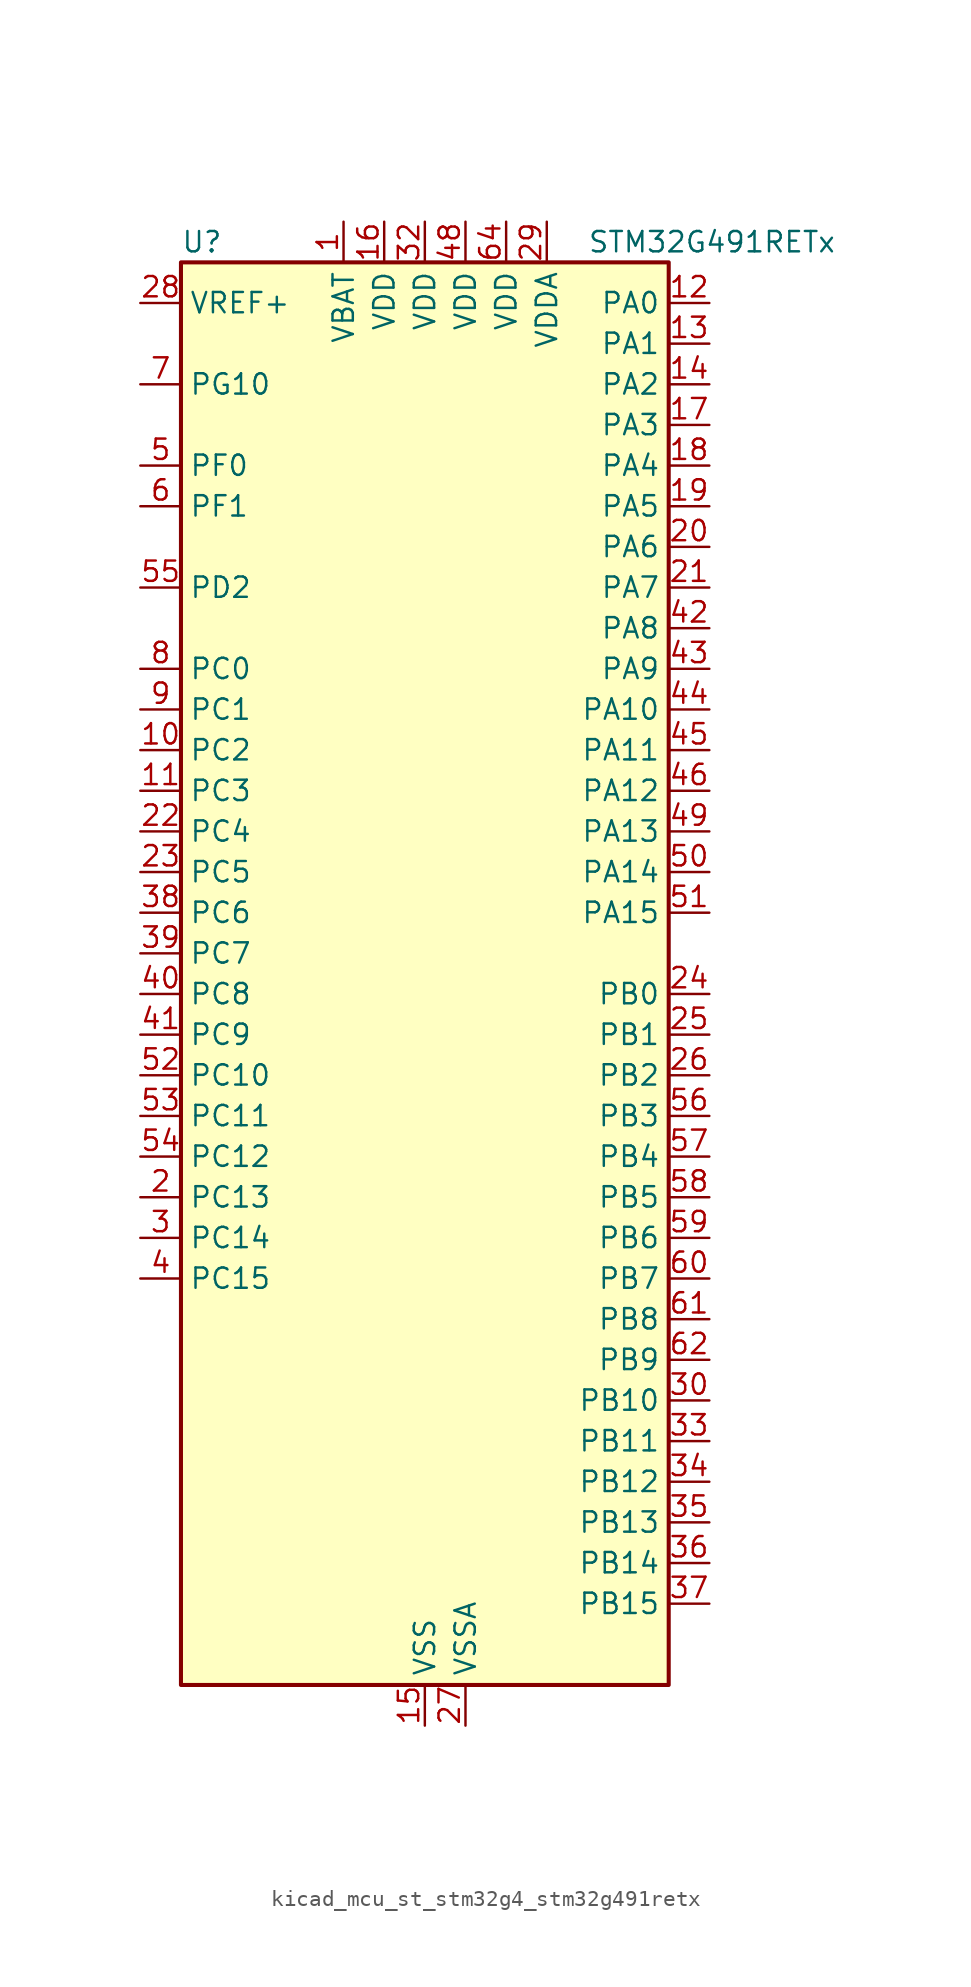
<source format=kicad_sym>
(kicad_symbol_lib
  (version 20220914)
  (generator kicad_symbol_editor)
  (symbol "kicad_mcu_st_stm32g4_stm32g491retx"
    (property "Reference" "U"
      (at -15.24 46.99 0)
      (effects (font (size 1.27 1.27)) (justify left)))
    (property "Value" "STM32G491RETx"
      (at 10.16 46.99 0)
      (effects (font (size 1.27 1.27)) (justify left)))
    (property "ki_locked" ""
      (at 0 0 0)
      (effects (font (size 1.27 1.27))))
    (symbol "kicad_mcu_st_stm32g4_stm32g491retx_0_1"
      (rectangle (start -15.24 -43.18) (end 15.24 45.72) (stroke (width 0.254) (type default)) (fill (type background))))
    (symbol "kicad_mcu_st_stm32g4_stm32g491retx_1_1"
      (pin power_in line (at -5.08 48.26 270) (length 2.54) (name "VBAT" (effects (font (size 1.27 1.27)))) (number "1" (effects (font (size 1.27 1.27)))))
      (pin bidirectional line (at -17.78 15.24 0) (length 2.54) (name "PC2" (effects (font (size 1.27 1.27)))) (number "10" (effects (font (size 1.27 1.27)))) (alternate "ADC1_IN8" bidirectional line) (alternate "ADC2_IN8" bidirectional line) (alternate "ADC3_EXTI2" bidirectional line) (alternate "COMP3_OUT" bidirectional line) (alternate "LPTIM1_IN2" bidirectional line) (alternate "QUADSPI1_BK2_IO1" bidirectional line) (alternate "TIM1_CH3" bidirectional line) (alternate "TIM20_CH2" bidirectional line))
      (pin bidirectional line (at -17.78 12.7 0) (length 2.54) (name "PC3" (effects (font (size 1.27 1.27)))) (number "11" (effects (font (size 1.27 1.27)))) (alternate "ADC1_IN9" bidirectional line) (alternate "ADC2_IN9" bidirectional line) (alternate "ADC3_EXTI3" bidirectional line) (alternate "LPTIM1_ETR" bidirectional line) (alternate "QUADSPI1_BK2_IO2" bidirectional line) (alternate "SAI1_D1" bidirectional line) (alternate "SAI1_SD_A" bidirectional line) (alternate "TIM1_BKIN2" bidirectional line) (alternate "TIM1_CH4" bidirectional line))
      (pin bidirectional line (at 17.78 43.18 180) (length 2.54) (name "PA0" (effects (font (size 1.27 1.27)))) (number "12" (effects (font (size 1.27 1.27)))) (alternate "ADC1_IN1" bidirectional line) (alternate "ADC2_IN1" bidirectional line) (alternate "COMP1_INM" bidirectional line) (alternate "COMP1_OUT" bidirectional line) (alternate "COMP3_INP" bidirectional line) (alternate "RTC_TAMP2" bidirectional line) (alternate "SYS_WKUP1" bidirectional line) (alternate "TIM2_CH1" bidirectional line) (alternate "TIM2_ETR" bidirectional line) (alternate "TIM8_BKIN" bidirectional line) (alternate "TIM8_ETR" bidirectional line) (alternate "USART2_CTS" bidirectional line) (alternate "USART2_NSS" bidirectional line))
      (pin bidirectional line (at 17.78 40.64 180) (length 2.54) (name "PA1" (effects (font (size 1.27 1.27)))) (number "13" (effects (font (size 1.27 1.27)))) (alternate "ADC1_IN2" bidirectional line) (alternate "ADC2_IN2" bidirectional line) (alternate "COMP1_INP" bidirectional line) (alternate "OPAMP1_VINP" bidirectional line) (alternate "OPAMP1_VINP_SEC" bidirectional line) (alternate "OPAMP3_VINP" bidirectional line) (alternate "OPAMP3_VINP_SEC" bidirectional line) (alternate "OPAMP6_VINM" bidirectional line) (alternate "OPAMP6_VINM0" bidirectional line) (alternate "OPAMP6_VINM_SEC" bidirectional line) (alternate "RTC_REFIN" bidirectional line) (alternate "TIM15_CH1N" bidirectional line) (alternate "TIM2_CH2" bidirectional line) (alternate "USART2_DE" bidirectional line) (alternate "USART2_RTS" bidirectional line))
      (pin bidirectional line (at 17.78 38.1 180) (length 2.54) (name "PA2" (effects (font (size 1.27 1.27)))) (number "14" (effects (font (size 1.27 1.27)))) (alternate "ADC1_IN3" bidirectional line) (alternate "ADC3_EXTI2" bidirectional line) (alternate "COMP2_INM" bidirectional line) (alternate "COMP2_OUT" bidirectional line) (alternate "LPUART1_TX" bidirectional line) (alternate "OPAMP1_VOUT" bidirectional line) (alternate "QUADSPI1_BK1_NCS" bidirectional line) (alternate "RCC_LSCO" bidirectional line) (alternate "SYS_WKUP4" bidirectional line) (alternate "TIM15_CH1" bidirectional line) (alternate "TIM2_CH3" bidirectional line) (alternate "UCPD1_FRSTX1" bidirectional line) (alternate "UCPD1_FRSTX2" bidirectional line) (alternate "USART2_TX" bidirectional line))
      (pin power_in line (at 0 -45.72 90) (length 2.54) (name "VSS" (effects (font (size 1.27 1.27)))) (number "15" (effects (font (size 1.27 1.27)))))
      (pin power_in line (at -2.54 48.26 270) (length 2.54) (name "VDD" (effects (font (size 1.27 1.27)))) (number "16" (effects (font (size 1.27 1.27)))))
      (pin bidirectional line (at 17.78 35.56 180) (length 2.54) (name "PA3" (effects (font (size 1.27 1.27)))) (number "17" (effects (font (size 1.27 1.27)))) (alternate "ADC1_IN4" bidirectional line) (alternate "ADC3_EXTI3" bidirectional line) (alternate "COMP2_INP" bidirectional line) (alternate "LPUART1_RX" bidirectional line) (alternate "OPAMP1_VINM" bidirectional line) (alternate "OPAMP1_VINM0" bidirectional line) (alternate "OPAMP1_VINM_SEC" bidirectional line) (alternate "OPAMP1_VINP" bidirectional line) (alternate "OPAMP1_VINP_SEC" bidirectional line) (alternate "QUADSPI1_CLK" bidirectional line) (alternate "SAI1_CK1" bidirectional line) (alternate "SAI1_MCLK_A" bidirectional line) (alternate "TIM15_CH2" bidirectional line) (alternate "TIM2_CH4" bidirectional line) (alternate "USART2_RX" bidirectional line))
      (pin bidirectional line (at 17.78 33.02 180) (length 2.54) (name "PA4" (effects (font (size 1.27 1.27)))) (number "18" (effects (font (size 1.27 1.27)))) (alternate "ADC2_IN17" bidirectional line) (alternate "COMP1_INM" bidirectional line) (alternate "DAC1_OUT1" bidirectional line) (alternate "I2S3_WS" bidirectional line) (alternate "SAI1_FS_B" bidirectional line) (alternate "SPI1_NSS" bidirectional line) (alternate "SPI3_NSS" bidirectional line) (alternate "TIM3_CH2" bidirectional line) (alternate "USART2_CK" bidirectional line))
      (pin bidirectional line (at 17.78 30.48 180) (length 2.54) (name "PA5" (effects (font (size 1.27 1.27)))) (number "19" (effects (font (size 1.27 1.27)))) (alternate "ADC2_IN13" bidirectional line) (alternate "COMP2_INM" bidirectional line) (alternate "DAC1_OUT2" bidirectional line) (alternate "OPAMP2_VINM" bidirectional line) (alternate "OPAMP2_VINM0" bidirectional line) (alternate "OPAMP2_VINM_SEC" bidirectional line) (alternate "SPI1_SCK" bidirectional line) (alternate "TIM2_CH1" bidirectional line) (alternate "TIM2_ETR" bidirectional line) (alternate "UCPD1_FRSTX1" bidirectional line) (alternate "UCPD1_FRSTX2" bidirectional line))
      (pin bidirectional line (at -17.78 -12.7 0) (length 2.54) (name "PC13" (effects (font (size 1.27 1.27)))) (number "2" (effects (font (size 1.27 1.27)))) (alternate "RTC_OUT1" bidirectional line) (alternate "RTC_TAMP1" bidirectional line) (alternate "RTC_TS" bidirectional line) (alternate "SYS_WKUP2" bidirectional line) (alternate "TIM1_BKIN" bidirectional line) (alternate "TIM1_CH1N" bidirectional line) (alternate "TIM8_CH4N" bidirectional line))
      (pin bidirectional line (at 17.78 27.94 180) (length 2.54) (name "PA6" (effects (font (size 1.27 1.27)))) (number "20" (effects (font (size 1.27 1.27)))) (alternate "ADC2_IN3" bidirectional line) (alternate "COMP1_OUT" bidirectional line) (alternate "LPUART1_CTS" bidirectional line) (alternate "OPAMP2_VOUT" bidirectional line) (alternate "QUADSPI1_BK1_IO3" bidirectional line) (alternate "SPI1_MISO" bidirectional line) (alternate "TIM16_CH1" bidirectional line) (alternate "TIM1_BKIN" bidirectional line) (alternate "TIM3_CH1" bidirectional line) (alternate "TIM8_BKIN" bidirectional line))
      (pin bidirectional line (at 17.78 25.4 180) (length 2.54) (name "PA7" (effects (font (size 1.27 1.27)))) (number "21" (effects (font (size 1.27 1.27)))) (alternate "ADC2_IN4" bidirectional line) (alternate "COMP2_INP" bidirectional line) (alternate "COMP2_OUT" bidirectional line) (alternate "OPAMP1_VINP" bidirectional line) (alternate "OPAMP1_VINP_SEC" bidirectional line) (alternate "OPAMP2_VINP" bidirectional line) (alternate "OPAMP2_VINP_SEC" bidirectional line) (alternate "QUADSPI1_BK1_IO2" bidirectional line) (alternate "SPI1_MOSI" bidirectional line) (alternate "TIM17_CH1" bidirectional line) (alternate "TIM1_CH1N" bidirectional line) (alternate "TIM3_CH2" bidirectional line) (alternate "TIM8_CH1N" bidirectional line) (alternate "UCPD1_FRSTX1" bidirectional line) (alternate "UCPD1_FRSTX2" bidirectional line))
      (pin bidirectional line (at -17.78 10.16 0) (length 2.54) (name "PC4" (effects (font (size 1.27 1.27)))) (number "22" (effects (font (size 1.27 1.27)))) (alternate "ADC2_IN5" bidirectional line) (alternate "I2C2_SCL" bidirectional line) (alternate "QUADSPI1_BK2_IO3" bidirectional line) (alternate "TIM1_ETR" bidirectional line) (alternate "USART1_TX" bidirectional line))
      (pin bidirectional line (at -17.78 7.62 0) (length 2.54) (name "PC5" (effects (font (size 1.27 1.27)))) (number "23" (effects (font (size 1.27 1.27)))) (alternate "ADC2_IN11" bidirectional line) (alternate "OPAMP1_VINM" bidirectional line) (alternate "OPAMP1_VINM1" bidirectional line) (alternate "OPAMP1_VINM_SEC" bidirectional line) (alternate "OPAMP2_VINM" bidirectional line) (alternate "OPAMP2_VINM1" bidirectional line) (alternate "OPAMP2_VINM_SEC" bidirectional line) (alternate "SAI1_D3" bidirectional line) (alternate "SYS_WKUP5" bidirectional line) (alternate "TIM15_BKIN" bidirectional line) (alternate "TIM1_CH4N" bidirectional line) (alternate "USART1_RX" bidirectional line))
      (pin bidirectional line (at 17.78 0 180) (length 2.54) (name "PB0" (effects (font (size 1.27 1.27)))) (number "24" (effects (font (size 1.27 1.27)))) (alternate "ADC1_IN15" bidirectional line) (alternate "ADC3_IN12" bidirectional line) (alternate "COMP4_INP" bidirectional line) (alternate "OPAMP2_VINP" bidirectional line) (alternate "OPAMP2_VINP_SEC" bidirectional line) (alternate "OPAMP3_VINP" bidirectional line) (alternate "OPAMP3_VINP_SEC" bidirectional line) (alternate "QUADSPI1_BK1_IO1" bidirectional line) (alternate "TIM1_CH2N" bidirectional line) (alternate "TIM3_CH3" bidirectional line) (alternate "TIM8_CH2N" bidirectional line) (alternate "UCPD1_FRSTX1" bidirectional line) (alternate "UCPD1_FRSTX2" bidirectional line))
      (pin bidirectional line (at 17.78 -2.54 180) (length 2.54) (name "PB1" (effects (font (size 1.27 1.27)))) (number "25" (effects (font (size 1.27 1.27)))) (alternate "ADC1_IN12" bidirectional line) (alternate "ADC3_IN1" bidirectional line) (alternate "COMP1_INP" bidirectional line) (alternate "COMP4_OUT" bidirectional line) (alternate "LPUART1_DE" bidirectional line) (alternate "LPUART1_RTS" bidirectional line) (alternate "OPAMP3_VOUT" bidirectional line) (alternate "OPAMP6_VINM" bidirectional line) (alternate "OPAMP6_VINM1" bidirectional line) (alternate "OPAMP6_VINM_SEC" bidirectional line) (alternate "QUADSPI1_BK1_IO0" bidirectional line) (alternate "TIM1_CH3N" bidirectional line) (alternate "TIM3_CH4" bidirectional line) (alternate "TIM8_CH3N" bidirectional line))
      (pin bidirectional line (at 17.78 -5.08 180) (length 2.54) (name "PB2" (effects (font (size 1.27 1.27)))) (number "26" (effects (font (size 1.27 1.27)))) (alternate "ADC2_IN12" bidirectional line) (alternate "ADC3_EXTI2" bidirectional line) (alternate "COMP4_INM" bidirectional line) (alternate "I2C3_SMBA" bidirectional line) (alternate "LPTIM1_OUT" bidirectional line) (alternate "OPAMP3_VINM" bidirectional line) (alternate "OPAMP3_VINM0" bidirectional line) (alternate "OPAMP3_VINM_SEC" bidirectional line) (alternate "QUADSPI1_BK2_IO1" bidirectional line) (alternate "RTC_OUT2" bidirectional line) (alternate "TIM20_CH1" bidirectional line))
      (pin power_in line (at 2.54 -45.72 90) (length 2.54) (name "VSSA" (effects (font (size 1.27 1.27)))) (number "27" (effects (font (size 1.27 1.27)))))
      (pin input line (at -17.78 43.18 0) (length 2.54) (name "VREF+" (effects (font (size 1.27 1.27)))) (number "28" (effects (font (size 1.27 1.27)))) (alternate "VREFBUF_OUT" bidirectional line))
      (pin power_in line (at 7.62 48.26 270) (length 2.54) (name "VDDA" (effects (font (size 1.27 1.27)))) (number "29" (effects (font (size 1.27 1.27)))))
      (pin bidirectional line (at -17.78 -15.24 0) (length 2.54) (name "PC14" (effects (font (size 1.27 1.27)))) (number "3" (effects (font (size 1.27 1.27)))) (alternate "RCC_OSC32_IN" bidirectional line))
      (pin bidirectional line (at 17.78 -25.4 180) (length 2.54) (name "PB10" (effects (font (size 1.27 1.27)))) (number "30" (effects (font (size 1.27 1.27)))) (alternate "DAC1_EXTI10" bidirectional line) (alternate "DAC3_EXTI10" bidirectional line) (alternate "LPUART1_RX" bidirectional line) (alternate "OPAMP3_VINM" bidirectional line) (alternate "OPAMP3_VINM1" bidirectional line) (alternate "OPAMP3_VINM_SEC" bidirectional line) (alternate "QUADSPI1_CLK" bidirectional line) (alternate "SAI1_SCK_A" bidirectional line) (alternate "TIM1_BKIN" bidirectional line) (alternate "TIM2_CH3" bidirectional line) (alternate "USART3_TX" bidirectional line))
      (pin passive line (at 0 -45.72 90) (length 2.54) hide (name "VSS" (effects (font (size 1.27 1.27)))) (number "31" (effects (font (size 1.27 1.27)))))
      (pin power_in line (at 0 48.26 270) (length 2.54) (name "VDD" (effects (font (size 1.27 1.27)))) (number "32" (effects (font (size 1.27 1.27)))))
      (pin bidirectional line (at 17.78 -27.94 180) (length 2.54) (name "PB11" (effects (font (size 1.27 1.27)))) (number "33" (effects (font (size 1.27 1.27)))) (alternate "ADC1_EXTI11" bidirectional line) (alternate "ADC1_IN14" bidirectional line) (alternate "ADC2_EXTI11" bidirectional line) (alternate "ADC2_IN14" bidirectional line) (alternate "LPUART1_TX" bidirectional line) (alternate "OPAMP6_VOUT" bidirectional line) (alternate "QUADSPI1_BK1_NCS" bidirectional line) (alternate "TIM2_CH4" bidirectional line) (alternate "USART3_RX" bidirectional line))
      (pin bidirectional line (at 17.78 -30.48 180) (length 2.54) (name "PB12" (effects (font (size 1.27 1.27)))) (number "34" (effects (font (size 1.27 1.27)))) (alternate "ADC1_IN11" bidirectional line) (alternate "FDCAN2_RX" bidirectional line) (alternate "I2C2_SMBA" bidirectional line) (alternate "I2S2_WS" bidirectional line) (alternate "LPUART1_DE" bidirectional line) (alternate "LPUART1_RTS" bidirectional line) (alternate "OPAMP6_VINP" bidirectional line) (alternate "OPAMP6_VINP_SEC" bidirectional line) (alternate "SPI2_NSS" bidirectional line) (alternate "TIM1_BKIN" bidirectional line) (alternate "USART3_CK" bidirectional line))
      (pin bidirectional line (at 17.78 -33.02 180) (length 2.54) (name "PB13" (effects (font (size 1.27 1.27)))) (number "35" (effects (font (size 1.27 1.27)))) (alternate "ADC3_IN5" bidirectional line) (alternate "FDCAN2_TX" bidirectional line) (alternate "I2S2_CK" bidirectional line) (alternate "LPUART1_CTS" bidirectional line) (alternate "OPAMP3_VINP" bidirectional line) (alternate "OPAMP3_VINP_SEC" bidirectional line) (alternate "OPAMP6_VINP" bidirectional line) (alternate "OPAMP6_VINP_SEC" bidirectional line) (alternate "SPI2_SCK" bidirectional line) (alternate "TIM1_CH1N" bidirectional line) (alternate "USART3_CTS" bidirectional line) (alternate "USART3_NSS" bidirectional line))
      (pin bidirectional line (at 17.78 -35.56 180) (length 2.54) (name "PB14" (effects (font (size 1.27 1.27)))) (number "36" (effects (font (size 1.27 1.27)))) (alternate "ADC1_IN5" bidirectional line) (alternate "COMP4_OUT" bidirectional line) (alternate "OPAMP2_VINP" bidirectional line) (alternate "OPAMP2_VINP_SEC" bidirectional line) (alternate "SPI2_MISO" bidirectional line) (alternate "TIM15_CH1" bidirectional line) (alternate "TIM1_CH2N" bidirectional line) (alternate "USART3_DE" bidirectional line) (alternate "USART3_RTS" bidirectional line))
      (pin bidirectional line (at 17.78 -38.1 180) (length 2.54) (name "PB15" (effects (font (size 1.27 1.27)))) (number "37" (effects (font (size 1.27 1.27)))) (alternate "ADC1_EXTI15" bidirectional line) (alternate "ADC2_EXTI15" bidirectional line) (alternate "ADC2_IN15" bidirectional line) (alternate "COMP3_OUT" bidirectional line) (alternate "I2S2_SD" bidirectional line) (alternate "RTC_REFIN" bidirectional line) (alternate "SPI2_MOSI" bidirectional line) (alternate "TIM15_CH1N" bidirectional line) (alternate "TIM15_CH2" bidirectional line) (alternate "TIM1_CH3N" bidirectional line))
      (pin bidirectional line (at -17.78 5.08 0) (length 2.54) (name "PC6" (effects (font (size 1.27 1.27)))) (number "38" (effects (font (size 1.27 1.27)))) (alternate "I2S2_MCK" bidirectional line) (alternate "TIM3_CH1" bidirectional line) (alternate "TIM8_CH1" bidirectional line))
      (pin bidirectional line (at -17.78 2.54 0) (length 2.54) (name "PC7" (effects (font (size 1.27 1.27)))) (number "39" (effects (font (size 1.27 1.27)))) (alternate "I2S3_MCK" bidirectional line) (alternate "TIM3_CH2" bidirectional line) (alternate "TIM8_CH2" bidirectional line))
      (pin bidirectional line (at -17.78 -17.78 0) (length 2.54) (name "PC15" (effects (font (size 1.27 1.27)))) (number "4" (effects (font (size 1.27 1.27)))) (alternate "ADC1_EXTI15" bidirectional line) (alternate "ADC2_EXTI15" bidirectional line) (alternate "RCC_OSC32_OUT" bidirectional line))
      (pin bidirectional line (at -17.78 0 0) (length 2.54) (name "PC8" (effects (font (size 1.27 1.27)))) (number "40" (effects (font (size 1.27 1.27)))) (alternate "I2C3_SCL" bidirectional line) (alternate "TIM20_CH3" bidirectional line) (alternate "TIM3_CH3" bidirectional line) (alternate "TIM8_CH3" bidirectional line))
      (pin bidirectional line (at -17.78 -2.54 0) (length 2.54) (name "PC9" (effects (font (size 1.27 1.27)))) (number "41" (effects (font (size 1.27 1.27)))) (alternate "DAC1_EXTI9" bidirectional line) (alternate "DAC3_EXTI9" bidirectional line) (alternate "I2C3_SDA" bidirectional line) (alternate "I2S_CKIN" bidirectional line) (alternate "TIM3_CH4" bidirectional line) (alternate "TIM8_BKIN2" bidirectional line) (alternate "TIM8_CH4" bidirectional line))
      (pin bidirectional line (at 17.78 22.86 180) (length 2.54) (name "PA8" (effects (font (size 1.27 1.27)))) (number "42" (effects (font (size 1.27 1.27)))) (alternate "I2C2_SDA" bidirectional line) (alternate "I2C3_SCL" bidirectional line) (alternate "I2S2_MCK" bidirectional line) (alternate "RCC_MCO" bidirectional line) (alternate "SAI1_CK2" bidirectional line) (alternate "SAI1_SCK_A" bidirectional line) (alternate "TIM1_CH1" bidirectional line) (alternate "TIM4_ETR" bidirectional line) (alternate "USART1_CK" bidirectional line))
      (pin bidirectional line (at 17.78 20.32 180) (length 2.54) (name "PA9" (effects (font (size 1.27 1.27)))) (number "43" (effects (font (size 1.27 1.27)))) (alternate "DAC1_EXTI9" bidirectional line) (alternate "DAC3_EXTI9" bidirectional line) (alternate "I2C2_SCL" bidirectional line) (alternate "I2C3_SMBA" bidirectional line) (alternate "I2S3_MCK" bidirectional line) (alternate "SAI1_FS_A" bidirectional line) (alternate "TIM15_BKIN" bidirectional line) (alternate "TIM1_CH2" bidirectional line) (alternate "TIM2_CH3" bidirectional line) (alternate "UCPD1_DBCC1" bidirectional line) (alternate "USART1_TX" bidirectional line))
      (pin bidirectional line (at 17.78 17.78 180) (length 2.54) (name "PA10" (effects (font (size 1.27 1.27)))) (number "44" (effects (font (size 1.27 1.27)))) (alternate "CRS_SYNC" bidirectional line) (alternate "DAC1_EXTI10" bidirectional line) (alternate "DAC3_EXTI10" bidirectional line) (alternate "I2C2_SMBA" bidirectional line) (alternate "SAI1_D1" bidirectional line) (alternate "SAI1_SD_A" bidirectional line) (alternate "SPI2_MISO" bidirectional line) (alternate "TIM17_BKIN" bidirectional line) (alternate "TIM1_CH3" bidirectional line) (alternate "TIM2_CH4" bidirectional line) (alternate "TIM8_BKIN" bidirectional line) (alternate "UCPD1_DBCC2" bidirectional line) (alternate "USART1_RX" bidirectional line))
      (pin bidirectional line (at 17.78 15.24 180) (length 2.54) (name "PA11" (effects (font (size 1.27 1.27)))) (number "45" (effects (font (size 1.27 1.27)))) (alternate "ADC1_EXTI11" bidirectional line) (alternate "ADC2_EXTI11" bidirectional line) (alternate "COMP1_OUT" bidirectional line) (alternate "FDCAN1_RX" bidirectional line) (alternate "I2S2_SD" bidirectional line) (alternate "SPI2_MOSI" bidirectional line) (alternate "TIM1_BKIN2" bidirectional line) (alternate "TIM1_CH1N" bidirectional line) (alternate "TIM1_CH4" bidirectional line) (alternate "TIM4_CH1" bidirectional line) (alternate "USART1_CTS" bidirectional line) (alternate "USART1_NSS" bidirectional line) (alternate "USB_DM" bidirectional line))
      (pin bidirectional line (at 17.78 12.7 180) (length 2.54) (name "PA12" (effects (font (size 1.27 1.27)))) (number "46" (effects (font (size 1.27 1.27)))) (alternate "COMP2_OUT" bidirectional line) (alternate "FDCAN1_TX" bidirectional line) (alternate "I2S_CKIN" bidirectional line) (alternate "TIM16_CH1" bidirectional line) (alternate "TIM1_CH2N" bidirectional line) (alternate "TIM1_ETR" bidirectional line) (alternate "TIM4_CH2" bidirectional line) (alternate "USART1_DE" bidirectional line) (alternate "USART1_RTS" bidirectional line) (alternate "USB_DP" bidirectional line))
      (pin passive line (at 0 -45.72 90) (length 2.54) hide (name "VSS" (effects (font (size 1.27 1.27)))) (number "47" (effects (font (size 1.27 1.27)))))
      (pin power_in line (at 2.54 48.26 270) (length 2.54) (name "VDD" (effects (font (size 1.27 1.27)))) (number "48" (effects (font (size 1.27 1.27)))))
      (pin bidirectional line (at 17.78 10.16 180) (length 2.54) (name "PA13" (effects (font (size 1.27 1.27)))) (number "49" (effects (font (size 1.27 1.27)))) (alternate "I2C1_SCL" bidirectional line) (alternate "IR_OUT" bidirectional line) (alternate "SAI1_SD_B" bidirectional line) (alternate "SYS_JTMS-SWDIO" bidirectional line) (alternate "TIM16_CH1N" bidirectional line) (alternate "TIM4_CH3" bidirectional line) (alternate "USART3_CTS" bidirectional line) (alternate "USART3_NSS" bidirectional line))
      (pin bidirectional line (at -17.78 33.02 0) (length 2.54) (name "PF0" (effects (font (size 1.27 1.27)))) (number "5" (effects (font (size 1.27 1.27)))) (alternate "ADC1_IN10" bidirectional line) (alternate "I2C2_SDA" bidirectional line) (alternate "I2S2_WS" bidirectional line) (alternate "RCC_OSC_IN" bidirectional line) (alternate "SPI2_NSS" bidirectional line) (alternate "TIM1_CH3N" bidirectional line))
      (pin bidirectional line (at 17.78 7.62 180) (length 2.54) (name "PA14" (effects (font (size 1.27 1.27)))) (number "50" (effects (font (size 1.27 1.27)))) (alternate "I2C1_SDA" bidirectional line) (alternate "LPTIM1_OUT" bidirectional line) (alternate "SAI1_FS_B" bidirectional line) (alternate "SYS_JTCK-SWCLK" bidirectional line) (alternate "TIM1_BKIN" bidirectional line) (alternate "TIM8_CH2" bidirectional line) (alternate "USART2_TX" bidirectional line))
      (pin bidirectional line (at 17.78 5.08 180) (length 2.54) (name "PA15" (effects (font (size 1.27 1.27)))) (number "51" (effects (font (size 1.27 1.27)))) (alternate "ADC1_EXTI15" bidirectional line) (alternate "ADC2_EXTI15" bidirectional line) (alternate "I2C1_SCL" bidirectional line) (alternate "I2S3_WS" bidirectional line) (alternate "SPI1_NSS" bidirectional line) (alternate "SPI3_NSS" bidirectional line) (alternate "SYS_JTDI" bidirectional line) (alternate "TIM1_BKIN" bidirectional line) (alternate "TIM20_ETR" bidirectional line) (alternate "TIM2_CH1" bidirectional line) (alternate "TIM2_ETR" bidirectional line) (alternate "TIM8_CH1" bidirectional line) (alternate "UART4_DE" bidirectional line) (alternate "UART4_RTS" bidirectional line) (alternate "USART2_RX" bidirectional line))
      (pin bidirectional line (at -17.78 -5.08 0) (length 2.54) (name "PC10" (effects (font (size 1.27 1.27)))) (number "52" (effects (font (size 1.27 1.27)))) (alternate "DAC1_EXTI10" bidirectional line) (alternate "DAC3_EXTI10" bidirectional line) (alternate "I2S3_CK" bidirectional line) (alternate "SPI3_SCK" bidirectional line) (alternate "TIM8_CH1N" bidirectional line) (alternate "UART4_TX" bidirectional line) (alternate "USART3_TX" bidirectional line))
      (pin bidirectional line (at -17.78 -7.62 0) (length 2.54) (name "PC11" (effects (font (size 1.27 1.27)))) (number "53" (effects (font (size 1.27 1.27)))) (alternate "ADC1_EXTI11" bidirectional line) (alternate "ADC2_EXTI11" bidirectional line) (alternate "I2C3_SDA" bidirectional line) (alternate "SPI3_MISO" bidirectional line) (alternate "TIM8_CH2N" bidirectional line) (alternate "UART4_RX" bidirectional line) (alternate "USART3_RX" bidirectional line))
      (pin bidirectional line (at -17.78 -10.16 0) (length 2.54) (name "PC12" (effects (font (size 1.27 1.27)))) (number "54" (effects (font (size 1.27 1.27)))) (alternate "I2S3_SD" bidirectional line) (alternate "SPI3_MOSI" bidirectional line) (alternate "TIM8_CH3N" bidirectional line) (alternate "UART5_TX" bidirectional line) (alternate "UCPD1_FRSTX1" bidirectional line) (alternate "UCPD1_FRSTX2" bidirectional line) (alternate "USART3_CK" bidirectional line))
      (pin bidirectional line (at -17.78 25.4 0) (length 2.54) (name "PD2" (effects (font (size 1.27 1.27)))) (number "55" (effects (font (size 1.27 1.27)))) (alternate "ADC3_EXTI2" bidirectional line) (alternate "TIM3_ETR" bidirectional line) (alternate "TIM8_BKIN" bidirectional line) (alternate "UART5_RX" bidirectional line))
      (pin bidirectional line (at 17.78 -7.62 180) (length 2.54) (name "PB3" (effects (font (size 1.27 1.27)))) (number "56" (effects (font (size 1.27 1.27)))) (alternate "ADC3_EXTI3" bidirectional line) (alternate "CRS_SYNC" bidirectional line) (alternate "I2S3_CK" bidirectional line) (alternate "SAI1_SCK_B" bidirectional line) (alternate "SPI1_SCK" bidirectional line) (alternate "SPI3_SCK" bidirectional line) (alternate "SYS_JTDO-SWO" bidirectional line) (alternate "TIM2_CH2" bidirectional line) (alternate "TIM3_ETR" bidirectional line) (alternate "TIM4_ETR" bidirectional line) (alternate "TIM8_CH1N" bidirectional line) (alternate "USART2_TX" bidirectional line))
      (pin bidirectional line (at 17.78 -10.16 180) (length 2.54) (name "PB4" (effects (font (size 1.27 1.27)))) (number "57" (effects (font (size 1.27 1.27)))) (alternate "SAI1_MCLK_B" bidirectional line) (alternate "SPI1_MISO" bidirectional line) (alternate "SPI3_MISO" bidirectional line) (alternate "SYS_JTRST" bidirectional line) (alternate "TIM16_CH1" bidirectional line) (alternate "TIM17_BKIN" bidirectional line) (alternate "TIM3_CH1" bidirectional line) (alternate "TIM8_CH2N" bidirectional line) (alternate "UART5_DE" bidirectional line) (alternate "UART5_RTS" bidirectional line) (alternate "UCPD1_CC2" bidirectional line) (alternate "USART2_RX" bidirectional line))
      (pin bidirectional line (at 17.78 -12.7 180) (length 2.54) (name "PB5" (effects (font (size 1.27 1.27)))) (number "58" (effects (font (size 1.27 1.27)))) (alternate "FDCAN2_RX" bidirectional line) (alternate "I2C1_SMBA" bidirectional line) (alternate "I2C3_SDA" bidirectional line) (alternate "I2S3_SD" bidirectional line) (alternate "LPTIM1_IN1" bidirectional line) (alternate "SAI1_SD_B" bidirectional line) (alternate "SPI1_MOSI" bidirectional line) (alternate "SPI3_MOSI" bidirectional line) (alternate "TIM16_BKIN" bidirectional line) (alternate "TIM17_CH1" bidirectional line) (alternate "TIM3_CH2" bidirectional line) (alternate "TIM8_CH3N" bidirectional line) (alternate "UART5_CTS" bidirectional line) (alternate "USART2_CK" bidirectional line))
      (pin bidirectional line (at 17.78 -15.24 180) (length 2.54) (name "PB6" (effects (font (size 1.27 1.27)))) (number "59" (effects (font (size 1.27 1.27)))) (alternate "COMP4_OUT" bidirectional line) (alternate "FDCAN2_TX" bidirectional line) (alternate "LPTIM1_ETR" bidirectional line) (alternate "SAI1_FS_B" bidirectional line) (alternate "TIM16_CH1N" bidirectional line) (alternate "TIM4_CH1" bidirectional line) (alternate "TIM8_BKIN2" bidirectional line) (alternate "TIM8_CH1" bidirectional line) (alternate "TIM8_ETR" bidirectional line) (alternate "UCPD1_CC1" bidirectional line) (alternate "USART1_TX" bidirectional line))
      (pin bidirectional line (at -17.78 30.48 0) (length 2.54) (name "PF1" (effects (font (size 1.27 1.27)))) (number "6" (effects (font (size 1.27 1.27)))) (alternate "ADC2_IN10" bidirectional line) (alternate "COMP3_INM" bidirectional line) (alternate "I2S2_CK" bidirectional line) (alternate "RCC_OSC_OUT" bidirectional line) (alternate "SPI2_SCK" bidirectional line))
      (pin bidirectional line (at 17.78 -17.78 180) (length 2.54) (name "PB7" (effects (font (size 1.27 1.27)))) (number "60" (effects (font (size 1.27 1.27)))) (alternate "COMP3_OUT" bidirectional line) (alternate "I2C1_SDA" bidirectional line) (alternate "LPTIM1_IN2" bidirectional line) (alternate "SYS_PVD_IN" bidirectional line) (alternate "TIM17_CH1N" bidirectional line) (alternate "TIM3_CH4" bidirectional line) (alternate "TIM4_CH2" bidirectional line) (alternate "TIM8_BKIN" bidirectional line) (alternate "UART4_CTS" bidirectional line) (alternate "USART1_RX" bidirectional line))
      (pin bidirectional line (at 17.78 -20.32 180) (length 2.54) (name "PB8" (effects (font (size 1.27 1.27)))) (number "61" (effects (font (size 1.27 1.27)))) (alternate "COMP1_OUT" bidirectional line) (alternate "FDCAN1_RX" bidirectional line) (alternate "I2C1_SCL" bidirectional line) (alternate "SAI1_CK1" bidirectional line) (alternate "SAI1_MCLK_A" bidirectional line) (alternate "TIM16_CH1" bidirectional line) (alternate "TIM1_BKIN" bidirectional line) (alternate "TIM4_CH3" bidirectional line) (alternate "TIM8_CH2" bidirectional line) (alternate "USART3_RX" bidirectional line))
      (pin bidirectional line (at 17.78 -22.86 180) (length 2.54) (name "PB9" (effects (font (size 1.27 1.27)))) (number "62" (effects (font (size 1.27 1.27)))) (alternate "COMP2_OUT" bidirectional line) (alternate "DAC1_EXTI9" bidirectional line) (alternate "DAC3_EXTI9" bidirectional line) (alternate "FDCAN1_TX" bidirectional line) (alternate "I2C1_SDA" bidirectional line) (alternate "IR_OUT" bidirectional line) (alternate "SAI1_D2" bidirectional line) (alternate "SAI1_FS_A" bidirectional line) (alternate "TIM17_CH1" bidirectional line) (alternate "TIM1_CH3N" bidirectional line) (alternate "TIM4_CH4" bidirectional line) (alternate "TIM8_CH3" bidirectional line) (alternate "USART3_TX" bidirectional line))
      (pin passive line (at 0 -45.72 90) (length 2.54) hide (name "VSS" (effects (font (size 1.27 1.27)))) (number "63" (effects (font (size 1.27 1.27)))))
      (pin power_in line (at 5.08 48.26 270) (length 2.54) (name "VDD" (effects (font (size 1.27 1.27)))) (number "64" (effects (font (size 1.27 1.27)))))
      (pin bidirectional line (at -17.78 38.1 0) (length 2.54) (name "PG10" (effects (font (size 1.27 1.27)))) (number "7" (effects (font (size 1.27 1.27)))) (alternate "DAC1_EXTI10" bidirectional line) (alternate "DAC3_EXTI10" bidirectional line) (alternate "RCC_MCO" bidirectional line))
      (pin bidirectional line (at -17.78 20.32 0) (length 2.54) (name "PC0" (effects (font (size 1.27 1.27)))) (number "8" (effects (font (size 1.27 1.27)))) (alternate "ADC1_IN6" bidirectional line) (alternate "ADC2_IN6" bidirectional line) (alternate "COMP3_INM" bidirectional line) (alternate "LPTIM1_IN1" bidirectional line) (alternate "LPUART1_RX" bidirectional line) (alternate "TIM1_CH1" bidirectional line))
      (pin bidirectional line (at -17.78 17.78 0) (length 2.54) (name "PC1" (effects (font (size 1.27 1.27)))) (number "9" (effects (font (size 1.27 1.27)))) (alternate "ADC1_IN7" bidirectional line) (alternate "ADC2_IN7" bidirectional line) (alternate "COMP3_INP" bidirectional line) (alternate "LPTIM1_OUT" bidirectional line) (alternate "LPUART1_TX" bidirectional line) (alternate "QUADSPI1_BK2_IO0" bidirectional line) (alternate "SAI1_SD_A" bidirectional line) (alternate "TIM1_CH2" bidirectional line)))))
</source>
